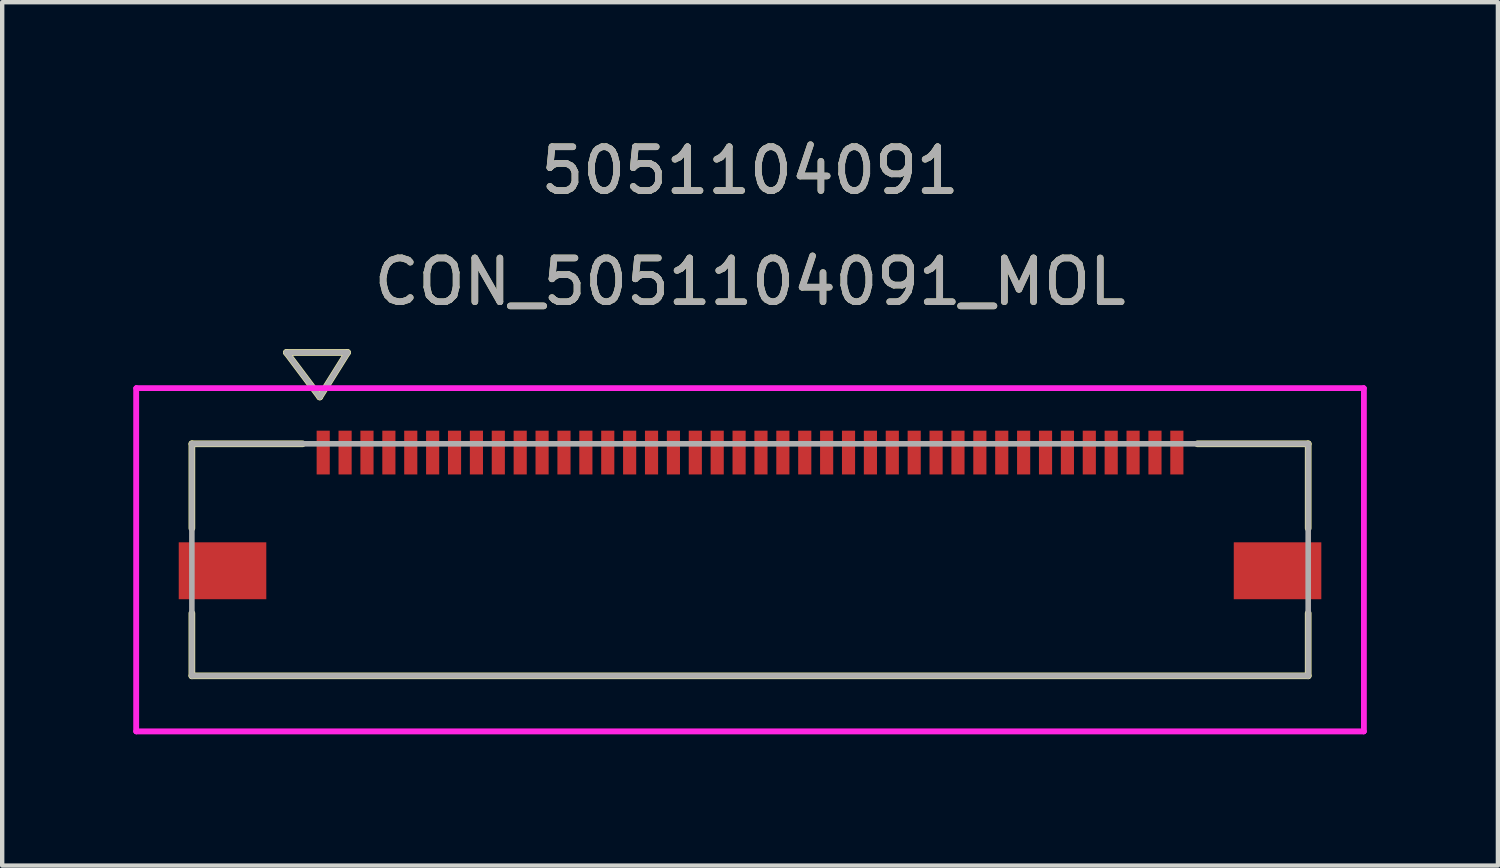
<source format=kicad_pcb>
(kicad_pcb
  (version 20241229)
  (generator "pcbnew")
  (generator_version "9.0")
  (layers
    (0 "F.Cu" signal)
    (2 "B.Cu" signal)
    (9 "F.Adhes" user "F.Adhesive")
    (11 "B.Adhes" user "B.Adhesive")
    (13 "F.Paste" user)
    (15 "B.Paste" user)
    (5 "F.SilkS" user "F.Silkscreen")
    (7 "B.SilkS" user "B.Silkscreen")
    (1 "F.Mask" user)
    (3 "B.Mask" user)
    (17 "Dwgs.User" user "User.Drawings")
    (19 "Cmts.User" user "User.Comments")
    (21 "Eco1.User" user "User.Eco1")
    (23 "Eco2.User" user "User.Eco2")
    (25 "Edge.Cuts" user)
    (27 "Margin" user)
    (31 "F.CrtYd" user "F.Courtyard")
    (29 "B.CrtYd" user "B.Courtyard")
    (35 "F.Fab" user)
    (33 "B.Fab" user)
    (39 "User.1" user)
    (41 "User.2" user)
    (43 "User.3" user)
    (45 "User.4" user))
  (footprint "CON_5051104091_MOL"
    (layer "F.Cu")
    (at 14.083 9.738)
    (property "Reference" "CON_5051104091_MOL" (at 0 -6.35 0) (unlocked yes) (layer "F.SilkS") (effects (font (size 1 1) (thickness 0.15))))
    (attr smd)
    (fp_line (start -12.75 -2.65) (end -12.75 -0.72) (stroke (width 0.152) (type solid)) (layer "F.SilkS"))
    (fp_line (start -12.75 1.22) (end -12.75 2.65) (stroke (width 0.152) (type solid)) (layer "F.SilkS"))
    (fp_line (start -12.75 2.65) (end 12.75 2.65) (stroke (width 0.152) (type solid)) (layer "F.SilkS"))
    (fp_line (start -10.591 -4.736) (end -9.829 -3.72) (stroke (width 0.152) (type solid)) (layer "F.SilkS"))
    (fp_line (start -10.591 -4.736) (end -9.194 -4.736) (stroke (width 0.152) (type solid)) (layer "F.SilkS"))
    (fp_line (start -10.22 -2.65) (end -12.75 -2.65) (stroke (width 0.152) (type solid)) (layer "F.SilkS"))
    (fp_line (start -9.194 -4.736) (end -9.829 -3.72) (stroke (width 0.152) (type solid)) (layer "F.SilkS"))
    (fp_line (start 12.75 -2.65) (end 10.22 -2.65) (stroke (width 0.152) (type solid)) (layer "F.SilkS"))
    (fp_line (start 12.75 -0.72) (end 12.75 -2.65) (stroke (width 0.152) (type solid)) (layer "F.SilkS"))
    (fp_line (start 12.75 2.65) (end 12.75 1.22) (stroke (width 0.152) (type solid)) (layer "F.SilkS"))
    (fp_line (start -14.02 -3.92) (end -14.02 3.92) (stroke (width 0.127) (type solid)) (layer "F.CrtYd"))
    (fp_line (start -14.02 -3.92) (end -14.02 3.92) (stroke (width 0.127) (type solid)) (layer "F.CrtYd"))
    (fp_line (start -14.02 3.92) (end 14.02 3.92) (stroke (width 0.127) (type solid)) (layer "F.CrtYd"))
    (fp_line (start -14.02 3.92) (end 14.02 3.92) (stroke (width 0.127) (type solid)) (layer "F.CrtYd"))
    (fp_line (start 14.02 -3.92) (end -14.02 -3.92) (stroke (width 0.127) (type solid)) (layer "F.CrtYd"))
    (fp_line (start 14.02 -3.92) (end -14.02 -3.92) (stroke (width 0.127) (type solid)) (layer "F.CrtYd"))
    (fp_line (start 14.02 3.92) (end 14.02 -3.92) (stroke (width 0.127) (type solid)) (layer "F.CrtYd"))
    (fp_line (start 14.02 3.92) (end 14.02 -3.92) (stroke (width 0.127) (type solid)) (layer "F.CrtYd"))
    (fp_line (start -12.75 -2.65) (end -12.75 2.65) (stroke (width 0.127) (type solid)) (layer "F.Fab"))
    (fp_line (start -12.75 2.65) (end 12.75 2.65) (stroke (width 0.127) (type solid)) (layer "F.Fab"))
    (fp_line (start -10.591 -4.736) (end -9.829 -3.72) (stroke (width 0.127) (type solid)) (layer "F.Fab"))
    (fp_line (start -10.591 -4.736) (end -9.194 -4.736) (stroke (width 0.127) (type solid)) (layer "F.Fab"))
    (fp_line (start -9.194 -4.736) (end -9.829 -3.72) (stroke (width 0.127) (type solid)) (layer "F.Fab"))
    (fp_line (start 12.75 -2.65) (end -12.75 -2.65) (stroke (width 0.127) (type solid)) (layer "F.Fab"))
    (fp_line (start 12.75 2.65) (end 12.75 -2.65) (stroke (width 0.127) (type solid)) (layer "F.Fab"))
    (fp_text user "5051104091" (at 0 -8.89 0) (unlocked yes) (layer "F.SilkS") (effects (font (size 1 1) (thickness 0.15))))
    (fp_text user "5051104091" (at 0 -8.89 0) (unlocked yes) (layer "F.Fab") (effects (font (size 1 1) (thickness 0.15))))
    (fp_text user "${REFERENCE}" (at 0 -6.35 0) (unlocked yes) (layer "F.Fab") (effects (font (size 1 1) (thickness 0.15))))
    (pad "1" smd rect (at -9.75 -2.45) (size 0.3 1) (layers "F.Cu" "F.Mask" "F.Paste"))
    (pad "2" smd rect (at -9.25 -2.45) (size 0.3 1) (layers "F.Cu" "F.Mask" "F.Paste"))
    (pad "3" smd rect (at -8.75 -2.45) (size 0.3 1) (layers "F.Cu" "F.Mask" "F.Paste"))
    (pad "4" smd rect (at -8.25 -2.45) (size 0.3 1) (layers "F.Cu" "F.Mask" "F.Paste"))
    (pad "5" smd rect (at -7.75 -2.45) (size 0.3 1) (layers "F.Cu" "F.Mask" "F.Paste"))
    (pad "6" smd rect (at -7.25 -2.45) (size 0.3 1) (layers "F.Cu" "F.Mask" "F.Paste"))
    (pad "7" smd rect (at -6.75 -2.45) (size 0.3 1) (layers "F.Cu" "F.Mask" "F.Paste"))
    (pad "8" smd rect (at -6.25 -2.45) (size 0.3 1) (layers "F.Cu" "F.Mask" "F.Paste"))
    (pad "9" smd rect (at -5.75 -2.45) (size 0.3 1) (layers "F.Cu" "F.Mask" "F.Paste"))
    (pad "10" smd rect (at -5.25 -2.45) (size 0.3 1) (layers "F.Cu" "F.Mask" "F.Paste"))
    (pad "11" smd rect (at -4.75 -2.45) (size 0.3 1) (layers "F.Cu" "F.Mask" "F.Paste"))
    (pad "12" smd rect (at -4.25 -2.45) (size 0.3 1) (layers "F.Cu" "F.Mask" "F.Paste"))
    (pad "13" smd rect (at -3.75 -2.45) (size 0.3 1) (layers "F.Cu" "F.Mask" "F.Paste"))
    (pad "14" smd rect (at -3.25 -2.45) (size 0.3 1) (layers "F.Cu" "F.Mask" "F.Paste"))
    (pad "15" smd rect (at -2.75 -2.45) (size 0.3 1) (layers "F.Cu" "F.Mask" "F.Paste"))
    (pad "16" smd rect (at -2.25 -2.45) (size 0.3 1) (layers "F.Cu" "F.Mask" "F.Paste"))
    (pad "17" smd rect (at -1.75 -2.45) (size 0.3 1) (layers "F.Cu" "F.Mask" "F.Paste"))
    (pad "18" smd rect (at -1.25 -2.45) (size 0.3 1) (layers "F.Cu" "F.Mask" "F.Paste"))
    (pad "19" smd rect (at -0.75 -2.45) (size 0.3 1) (layers "F.Cu" "F.Mask" "F.Paste"))
    (pad "20" smd rect (at -0.25 -2.45) (size 0.3 1) (layers "F.Cu" "F.Mask" "F.Paste"))
    (pad "21" smd rect (at 0.25 -2.45) (size 0.3 1) (layers "F.Cu" "F.Mask" "F.Paste"))
    (pad "22" smd rect (at 0.75 -2.45) (size 0.3 1) (layers "F.Cu" "F.Mask" "F.Paste"))
    (pad "23" smd rect (at 1.25 -2.45) (size 0.3 1) (layers "F.Cu" "F.Mask" "F.Paste"))
    (pad "24" smd rect (at 1.75 -2.45) (size 0.3 1) (layers "F.Cu" "F.Mask" "F.Paste"))
    (pad "25" smd rect (at 2.25 -2.45) (size 0.3 1) (layers "F.Cu" "F.Mask" "F.Paste"))
    (pad "26" smd rect (at 2.75 -2.45) (size 0.3 1) (layers "F.Cu" "F.Mask" "F.Paste"))
    (pad "27" smd rect (at 3.25 -2.45) (size 0.3 1) (layers "F.Cu" "F.Mask" "F.Paste"))
    (pad "28" smd rect (at 3.75 -2.45) (size 0.3 1) (layers "F.Cu" "F.Mask" "F.Paste"))
    (pad "29" smd rect (at 4.25 -2.45) (size 0.3 1) (layers "F.Cu" "F.Mask" "F.Paste"))
    (pad "30" smd rect (at 4.75 -2.45) (size 0.3 1) (layers "F.Cu" "F.Mask" "F.Paste"))
    (pad "31" smd rect (at 5.25 -2.45) (size 0.3 1) (layers "F.Cu" "F.Mask" "F.Paste"))
    (pad "32" smd rect (at 5.75 -2.45) (size 0.3 1) (layers "F.Cu" "F.Mask" "F.Paste"))
    (pad "33" smd rect (at 6.25 -2.45) (size 0.3 1) (layers "F.Cu" "F.Mask" "F.Paste"))
    (pad "34" smd rect (at 6.75 -2.45) (size 0.3 1) (layers "F.Cu" "F.Mask" "F.Paste"))
    (pad "35" smd rect (at 7.25 -2.45) (size 0.3 1) (layers "F.Cu" "F.Mask" "F.Paste"))
    (pad "36" smd rect (at 7.75 -2.45) (size 0.3 1) (layers "F.Cu" "F.Mask" "F.Paste"))
    (pad "37" smd rect (at 8.25 -2.45) (size 0.3 1) (layers "F.Cu" "F.Mask" "F.Paste"))
    (pad "38" smd rect (at 8.75 -2.45) (size 0.3 1) (layers "F.Cu" "F.Mask" "F.Paste"))
    (pad "39" smd rect (at 9.25 -2.45) (size 0.3 1) (layers "F.Cu" "F.Mask" "F.Paste"))
    (pad "40" smd rect (at 9.75 -2.45) (size 0.3 1) (layers "F.Cu" "F.Mask" "F.Paste"))
    (pad "P1" smd rect (at -12.05 0.25) (size 2 1.3) (layers "F.Cu" "F.Mask" "F.Paste"))
    (pad "P2" smd rect (at 12.05 0.25) (size 2 1.3) (layers "F.Cu" "F.Mask" "F.Paste")))
  (gr_rect
    (start -3 -3)
    (end 31.167 16.722)
    (stroke (width 0.1) (type default))
    (fill no)
    (layer "Edge.Cuts")))
</source>
